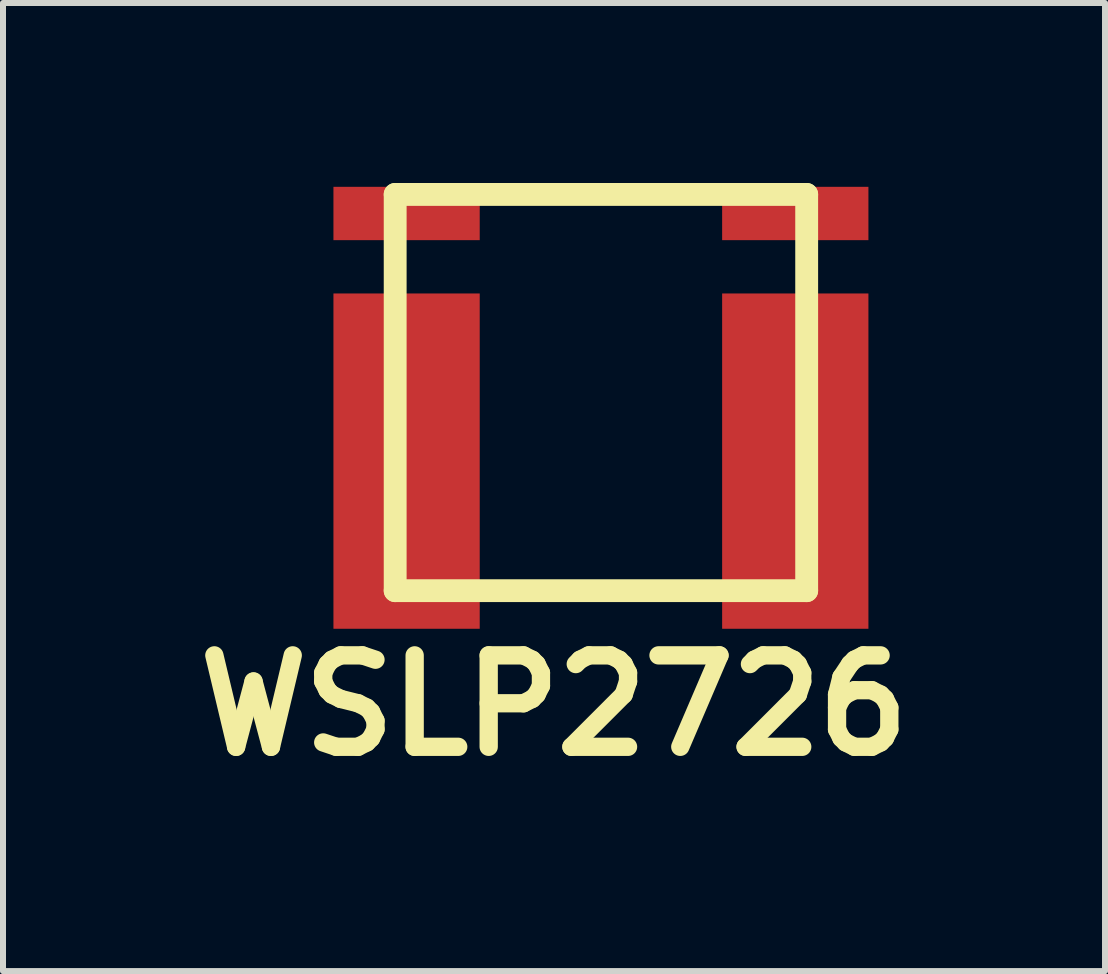
<source format=kicad_pcb>
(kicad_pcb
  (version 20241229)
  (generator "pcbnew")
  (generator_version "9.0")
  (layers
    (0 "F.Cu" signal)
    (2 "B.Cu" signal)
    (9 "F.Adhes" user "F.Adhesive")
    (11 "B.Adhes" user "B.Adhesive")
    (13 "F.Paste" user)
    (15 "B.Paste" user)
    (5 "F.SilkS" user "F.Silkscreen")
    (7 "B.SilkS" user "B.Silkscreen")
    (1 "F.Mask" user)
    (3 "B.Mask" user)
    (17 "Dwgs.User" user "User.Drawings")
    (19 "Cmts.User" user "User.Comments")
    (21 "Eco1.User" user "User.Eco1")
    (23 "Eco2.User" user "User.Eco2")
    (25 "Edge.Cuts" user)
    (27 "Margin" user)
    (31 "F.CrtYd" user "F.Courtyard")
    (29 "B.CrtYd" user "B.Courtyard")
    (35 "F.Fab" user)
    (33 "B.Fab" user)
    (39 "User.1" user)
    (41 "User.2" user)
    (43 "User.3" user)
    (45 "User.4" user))
  (footprint "WSLP2726"
    (layer "F.Cu")
    (at 6.965 1.587)
    (property "Reference" "WSLP2726" (at -0.782 7.12 180) (layer "F.SilkS") (effects (font (size 1.524 1.524) (thickness 0.305))))
    (attr through_hole)
    (fp_line (start -3.429 -1.397) (end -3.429 5.207) (stroke (width 0.381) (type solid)) (layer "F.SilkS"))
    (fp_line (start -3.429 5.207) (end 3.429 5.207) (stroke (width 0.381) (type solid)) (layer "F.SilkS"))
    (fp_line (start 3.429 -1.397) (end -3.429 -1.397) (stroke (width 0.381) (type solid)) (layer "F.SilkS"))
    (fp_line (start 3.429 5.207) (end 3.429 -1.397) (stroke (width 0.381) (type solid)) (layer "F.SilkS"))
    (pad "1" smd rect (at -3.239 3.048) (size 2.438 5.588) (layers "F.Cu" "F.Mask" "F.Paste"))
    (pad "2" smd rect (at 3.239 3.048) (size 2.438 5.588) (layers "F.Cu" "F.Mask" "F.Paste"))
    (pad "3" smd rect (at -3.239 -1.079) (size 2.438 0.889) (layers "F.Cu" "F.Mask" "F.Paste"))
    (pad "4" smd rect (at 3.239 -1.079) (size 2.438 0.889) (layers "F.Cu" "F.Mask" "F.Paste")))
  (gr_rect
    (start -3 -3)
    (end 15.366 13.134)
    (stroke (width 0.1) (type default))
    (fill no)
    (layer "Edge.Cuts")))
</source>
